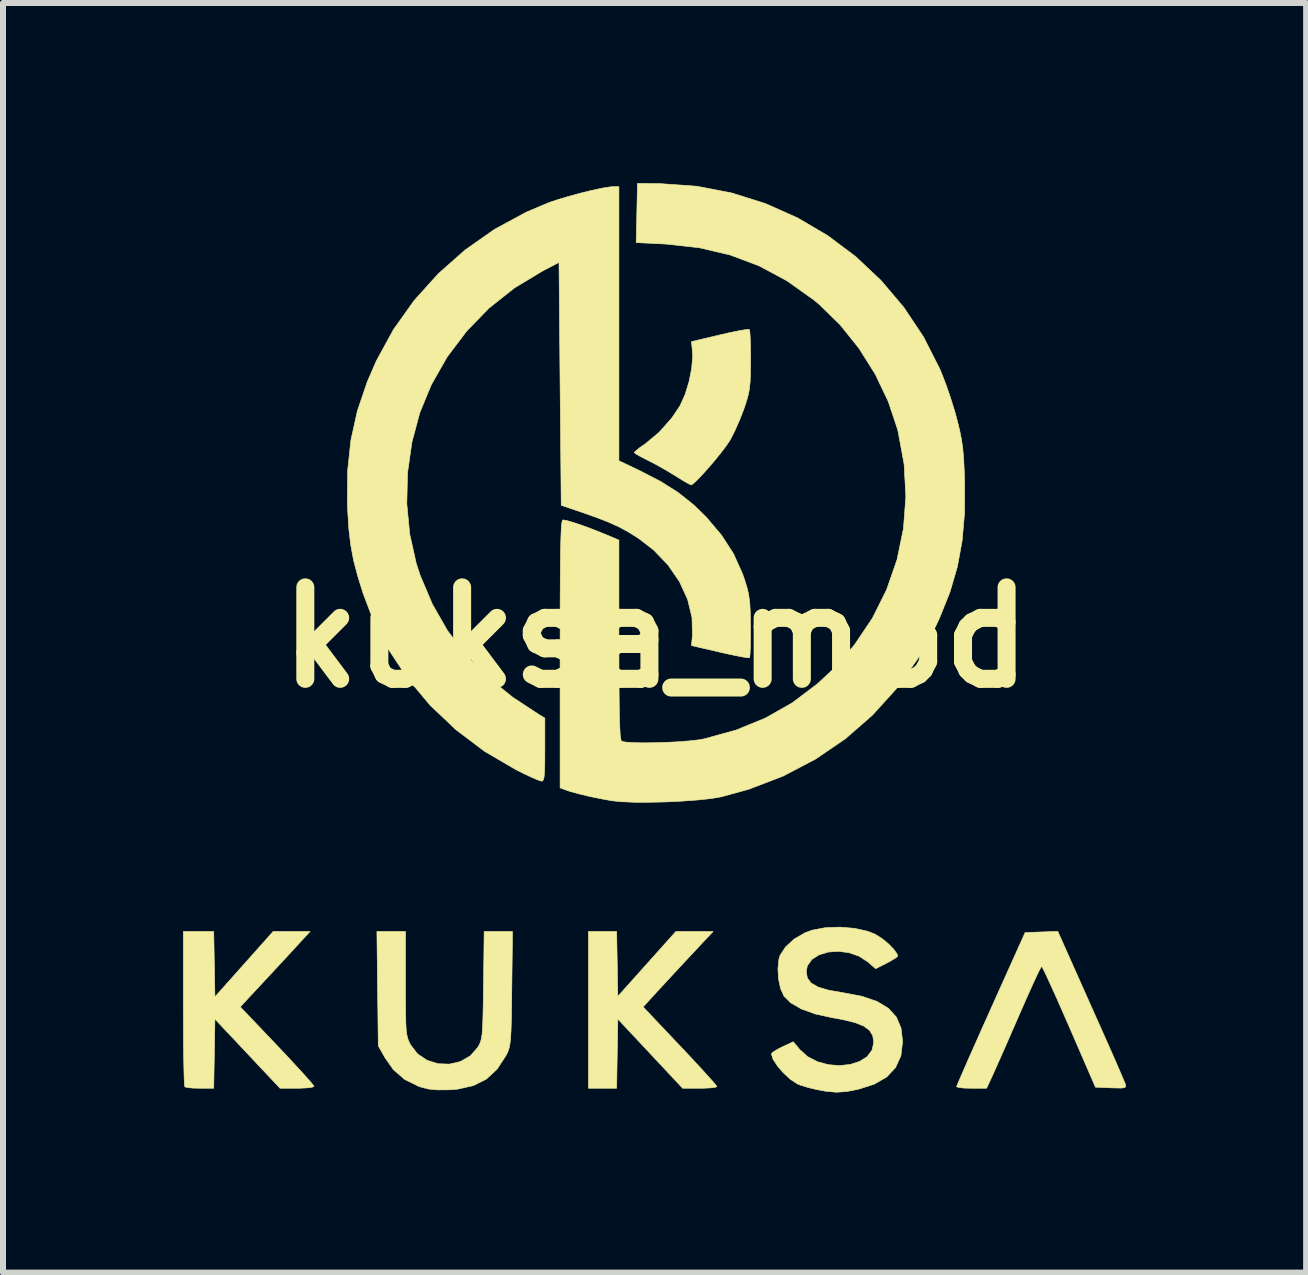
<source format=kicad_pcb>
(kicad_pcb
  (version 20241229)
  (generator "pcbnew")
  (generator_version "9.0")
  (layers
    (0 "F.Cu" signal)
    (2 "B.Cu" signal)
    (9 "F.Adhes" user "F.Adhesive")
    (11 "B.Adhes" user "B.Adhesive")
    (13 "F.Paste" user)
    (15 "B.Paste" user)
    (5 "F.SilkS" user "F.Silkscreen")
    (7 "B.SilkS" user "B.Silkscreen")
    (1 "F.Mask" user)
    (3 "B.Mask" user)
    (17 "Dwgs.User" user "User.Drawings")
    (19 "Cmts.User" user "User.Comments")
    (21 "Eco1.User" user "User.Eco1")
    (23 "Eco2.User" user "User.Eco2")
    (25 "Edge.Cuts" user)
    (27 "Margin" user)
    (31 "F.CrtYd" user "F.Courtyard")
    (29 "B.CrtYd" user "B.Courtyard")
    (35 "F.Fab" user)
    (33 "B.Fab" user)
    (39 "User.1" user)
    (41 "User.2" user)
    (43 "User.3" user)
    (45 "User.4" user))
  (footprint "kuksa_mod"
    (layer "F.Cu")
    (at 7.879 7.571)
    (property "Reference" "kuksa_mod" (at 0 0 0) (layer "F.SilkS") (effects (font (size 1.524 1.524) (thickness 0.3))))
    (attr through_hole)
    (fp_poly (pts (xy -0.645 5.44) (xy -0.635 5.98) (xy 0.332 4.899) (xy 0.952 4.899) (xy 0.553 5.325) (xy 0.4 5.489) (xy 0.248 5.653) (xy 0.111 5.802) (xy 0.003 5.918) (xy -0.029 5.954) (xy -0.214 6.156) (xy 0.401 6.806) (xy 0.571 6.986) (xy 0.722 7.149) (xy 0.849 7.288) (xy 0.945 7.395) (xy 1.002 7.463) (xy 1.016 7.483) (xy 0.983 7.496) (xy 0.894 7.506) (xy 0.767 7.511) (xy 0.73 7.511) (xy 0.445 7.511) (xy -0.635 6.357) (xy -0.645 6.934) (xy -0.655 7.511) (xy -1.125 7.511) (xy -1.125 4.899) (xy -0.655 4.899) (xy -0.645 5.44)) (stroke (width 0.01) (type solid)) (fill yes) (layer "F.SilkS"))
    (fp_poly (pts (xy -7.358 5.443) (xy -7.348 5.988) (xy -6.378 4.899) (xy -5.763 4.899) (xy -5.975 5.129) (xy -6.08 5.244) (xy -6.218 5.393) (xy -6.373 5.56) (xy -6.528 5.727) (xy -6.556 5.757) (xy -6.926 6.155) (xy -6.311 6.801) (xy -6.141 6.981) (xy -5.99 7.144) (xy -5.863 7.283) (xy -5.767 7.39) (xy -5.71 7.458) (xy -5.697 7.479) (xy -5.73 7.494) (xy -5.819 7.505) (xy -5.945 7.511) (xy -5.98 7.511) (xy -6.263 7.511) (xy -6.806 6.934) (xy -7.348 6.358) (xy -7.358 6.934) (xy -7.368 7.511) (xy -7.597 7.511) (xy -7.72 7.508) (xy -7.812 7.498) (xy -7.85 7.487) (xy -7.855 7.446) (xy -7.861 7.341) (xy -7.865 7.181) (xy -7.869 6.973) (xy -7.872 6.725) (xy -7.873 6.448) (xy -7.874 6.181) (xy -7.874 4.899) (xy -7.368 4.899) (xy -7.358 5.443)) (stroke (width 0.01) (type solid)) (fill yes) (layer "F.SilkS"))
    (fp_poly (pts (xy 1.557 -5.131) (xy 1.565 -5.089) (xy 1.571 -4.988) (xy 1.575 -4.843) (xy 1.577 -4.666) (xy 1.577 -4.614) (xy 1.575 -4.407) (xy 1.569 -4.253) (xy 1.556 -4.131) (xy 1.533 -4.021) (xy 1.498 -3.903) (xy 1.463 -3.801) (xy 1.396 -3.628) (xy 1.319 -3.453) (xy 1.246 -3.308) (xy 1.229 -3.279) (xy 1.166 -3.186) (xy 1.076 -3.069) (xy 0.971 -2.939) (xy 0.86 -2.81) (xy 0.755 -2.694) (xy 0.666 -2.603) (xy 0.605 -2.55) (xy 0.586 -2.541) (xy 0.546 -2.56) (xy 0.462 -2.608) (xy 0.349 -2.677) (xy 0.317 -2.698) (xy 0.162 -2.791) (xy -0.005 -2.885) (xy -0.145 -2.957) (xy -0.255 -3.013) (xy -0.333 -3.058) (xy -0.362 -3.082) (xy -0.334 -3.111) (xy -0.262 -3.168) (xy -0.178 -3.226) (xy 0.054 -3.419) (xy 0.266 -3.659) (xy 0.403 -3.864) (xy 0.485 -4.046) (xy 0.552 -4.263) (xy 0.596 -4.487) (xy 0.612 -4.689) (xy 0.609 -4.754) (xy 0.592 -4.929) (xy 1.064 -5.041) (xy 1.239 -5.081) (xy 1.388 -5.111) (xy 1.498 -5.129) (xy 1.553 -5.133) (xy 1.557 -5.131)) (stroke (width 0.01) (type solid)) (fill yes) (layer "F.SilkS"))
    (fp_poly (pts (xy 7.245 6.131) (xy 7.371 6.413) (xy 7.488 6.676) (xy 7.593 6.913) (xy 7.682 7.116) (xy 7.751 7.276) (xy 7.798 7.386) (xy 7.82 7.439) (xy 7.82 7.439) (xy 7.828 7.478) (xy 7.812 7.499) (xy 7.757 7.508) (xy 7.651 7.506) (xy 7.583 7.504) (xy 7.323 7.493) (xy 6.886 6.486) (xy 6.776 6.235) (xy 6.675 6.006) (xy 6.586 5.809) (xy 6.513 5.65) (xy 6.46 5.539) (xy 6.43 5.484) (xy 6.426 5.479) (xy 6.406 5.511) (xy 6.361 5.6) (xy 6.297 5.738) (xy 6.217 5.915) (xy 6.125 6.122) (xy 6.061 6.268) (xy 5.957 6.507) (xy 5.857 6.736) (xy 5.765 6.945) (xy 5.688 7.118) (xy 5.632 7.245) (xy 5.614 7.284) (xy 5.509 7.511) (xy 5.258 7.511) (xy 5.134 7.508) (xy 5.045 7.498) (xy 5.009 7.485) (xy 5.009 7.484) (xy 5.024 7.446) (xy 5.065 7.349) (xy 5.13 7.201) (xy 5.214 7.008) (xy 5.316 6.779) (xy 5.431 6.52) (xy 5.557 6.24) (xy 5.58 6.187) (xy 6.151 4.917) (xy 6.423 4.907) (xy 6.695 4.897) (xy 7.245 6.131)) (stroke (width 0.01) (type solid)) (fill yes) (layer "F.SilkS"))
    (fp_poly (pts (xy -4.173 5.764) (xy -4.173 6.037) (xy -4.171 6.249) (xy -4.168 6.408) (xy -4.162 6.525) (xy -4.152 6.611) (xy -4.138 6.675) (xy -4.118 6.729) (xy -4.092 6.781) (xy -4.089 6.787) (xy -3.971 6.94) (xy -3.814 7.045) (xy -3.632 7.102) (xy -3.442 7.109) (xy -3.258 7.066) (xy -3.094 6.972) (xy -2.97 6.832) (xy -2.944 6.787) (xy -2.923 6.74) (xy -2.908 6.683) (xy -2.896 6.606) (xy -2.888 6.497) (xy -2.883 6.349) (xy -2.878 6.151) (xy -2.875 5.893) (xy -2.873 5.797) (xy -2.862 4.899) (xy -2.39 4.899) (xy -2.402 5.851) (xy -2.405 6.14) (xy -2.409 6.365) (xy -2.414 6.538) (xy -2.421 6.666) (xy -2.431 6.761) (xy -2.444 6.832) (xy -2.461 6.888) (xy -2.484 6.938) (xy -2.499 6.967) (xy -2.647 7.193) (xy -2.825 7.358) (xy -3.043 7.467) (xy -3.306 7.526) (xy -3.447 7.537) (xy -3.642 7.538) (xy -3.794 7.523) (xy -3.931 7.487) (xy -3.948 7.481) (xy -4.186 7.365) (xy -4.376 7.199) (xy -4.514 7.002) (xy -4.626 6.804) (xy -4.649 4.899) (xy -4.173 4.899) (xy -4.173 5.764)) (stroke (width 0.01) (type solid)) (fill yes) (layer "F.SilkS"))
    (fp_poly (pts (xy 3.311 4.847) (xy 3.531 4.896) (xy 3.654 4.946) (xy 3.765 5.016) (xy 3.874 5.105) (xy 3.964 5.198) (xy 4.019 5.277) (xy 4.028 5.31) (xy 3.998 5.337) (xy 3.921 5.384) (xy 3.844 5.426) (xy 3.66 5.519) (xy 3.537 5.41) (xy 3.386 5.311) (xy 3.217 5.252) (xy 3.04 5.229) (xy 2.869 5.242) (xy 2.717 5.288) (xy 2.597 5.365) (xy 2.522 5.471) (xy 2.504 5.571) (xy 2.523 5.676) (xy 2.587 5.759) (xy 2.701 5.825) (xy 2.873 5.876) (xy 3.111 5.918) (xy 3.117 5.919) (xy 3.433 5.979) (xy 3.685 6.065) (xy 3.874 6.18) (xy 4.006 6.326) (xy 4.083 6.506) (xy 4.109 6.725) (xy 4.109 6.736) (xy 4.081 6.97) (xy 3.993 7.165) (xy 3.846 7.322) (xy 3.637 7.443) (xy 3.374 7.527) (xy 3.177 7.566) (xy 3.007 7.577) (xy 2.83 7.561) (xy 2.661 7.529) (xy 2.527 7.496) (xy 2.412 7.461) (xy 2.353 7.437) (xy 2.24 7.362) (xy 2.125 7.256) (xy 2.024 7.139) (xy 1.952 7.028) (xy 1.923 6.94) (xy 1.923 6.939) (xy 1.953 6.907) (xy 2.031 6.859) (xy 2.106 6.821) (xy 2.288 6.736) (xy 2.395 6.865) (xy 2.528 6.985) (xy 2.691 7.069) (xy 2.871 7.118) (xy 3.056 7.133) (xy 3.234 7.115) (xy 3.392 7.065) (xy 3.519 6.985) (xy 3.601 6.875) (xy 3.629 6.749) (xy 3.613 6.637) (xy 3.56 6.547) (xy 3.463 6.475) (xy 3.314 6.416) (xy 3.105 6.365) (xy 2.935 6.335) (xy 2.658 6.274) (xy 2.424 6.19) (xy 2.244 6.086) (xy 2.134 5.977) (xy 2.078 5.855) (xy 2.043 5.692) (xy 2.033 5.518) (xy 2.049 5.361) (xy 2.068 5.298) (xy 2.16 5.156) (xy 2.304 5.025) (xy 2.481 4.922) (xy 2.598 4.878) (xy 2.82 4.836) (xy 3.066 4.826) (xy 3.311 4.847)) (stroke (width 0.01) (type solid)) (fill yes) (layer "F.SilkS"))
    (fp_poly (pts (xy -0.617 -2.944) (xy -0.27 -2.779) (xy 0.075 -2.601) (xy 0.367 -2.417) (xy 0.625 -2.212) (xy 0.838 -2.005) (xy 1.094 -1.702) (xy 1.292 -1.395) (xy 1.442 -1.062) (xy 1.477 -0.962) (xy 1.517 -0.831) (xy 1.545 -0.714) (xy 1.562 -0.59) (xy 1.571 -0.44) (xy 1.575 -0.243) (xy 1.576 -0.175) (xy 1.575 0.007) (xy 1.573 0.161) (xy 1.568 0.275) (xy 1.562 0.334) (xy 1.56 0.338) (xy 1.52 0.337) (xy 1.423 0.321) (xy 1.283 0.293) (xy 1.112 0.256) (xy 1.067 0.245) (xy 0.592 0.135) (xy 0.608 -0.033) (xy 0.601 -0.332) (xy 0.528 -0.634) (xy 0.393 -0.928) (xy 0.203 -1.206) (xy -0.039 -1.458) (xy -0.287 -1.649) (xy -0.448 -1.751) (xy -0.605 -1.837) (xy -0.776 -1.915) (xy -0.979 -1.995) (xy -1.234 -2.085) (xy -1.578 -2.202) (xy -1.597 -4.225) (xy -1.615 -6.249) (xy -1.895 -6.103) (xy -2.357 -5.824) (xy -2.779 -5.49) (xy -3.153 -5.105) (xy -3.476 -4.678) (xy -3.741 -4.214) (xy -3.934 -3.747) (xy -4.066 -3.254) (xy -4.139 -2.743) (xy -4.151 -2.226) (xy -4.102 -1.718) (xy -3.993 -1.231) (xy -3.931 -1.041) (xy -3.726 -0.556) (xy -3.474 -0.115) (xy -3.17 0.287) (xy -2.809 0.655) (xy -2.387 0.996) (xy -1.95 1.284) (xy -1.851 1.344) (xy -1.851 1.87) (xy -1.852 2.079) (xy -1.856 2.226) (xy -1.863 2.32) (xy -1.876 2.373) (xy -1.895 2.393) (xy -1.904 2.395) (xy -1.956 2.379) (xy -2.058 2.336) (xy -2.193 2.273) (xy -2.335 2.202) (xy -2.853 1.899) (xy -3.33 1.539) (xy -3.761 1.131) (xy -4.141 0.677) (xy -4.465 0.185) (xy -4.729 -0.34) (xy -4.876 -0.726) (xy -4.969 -1.023) (xy -5.038 -1.286) (xy -5.085 -1.54) (xy -5.117 -1.808) (xy -5.136 -2.116) (xy -5.141 -2.232) (xy -5.137 -2.777) (xy -5.083 -3.285) (xy -4.975 -3.773) (xy -4.81 -4.259) (xy -4.659 -4.607) (xy -4.373 -5.13) (xy -4.027 -5.616) (xy -3.627 -6.06) (xy -3.18 -6.456) (xy -2.689 -6.8) (xy -2.161 -7.086) (xy -1.79 -7.243) (xy -1.639 -7.294) (xy -1.456 -7.349) (xy -1.26 -7.402) (xy -1.068 -7.449) (xy -0.897 -7.486) (xy -0.768 -7.507) (xy -0.717 -7.511) (xy -0.617 -7.511) (xy -0.617 -2.944)) (stroke (width 0.01) (type solid)) (fill yes) (layer "F.SilkS"))
    (fp_poly (pts (xy 0.091 -7.56) (xy 0.686 -7.517) (xy 1.266 -7.405) (xy 1.825 -7.229) (xy 2.359 -6.991) (xy 2.861 -6.696) (xy 3.328 -6.346) (xy 3.753 -5.945) (xy 4.132 -5.497) (xy 4.459 -5.006) (xy 4.729 -4.474) (xy 4.759 -4.403) (xy 4.833 -4.211) (xy 4.911 -3.984) (xy 4.982 -3.755) (xy 5.016 -3.63) (xy 5.059 -3.456) (xy 5.09 -3.303) (xy 5.112 -3.15) (xy 5.127 -2.979) (xy 5.137 -2.768) (xy 5.143 -2.592) (xy 5.142 -2.08) (xy 5.102 -1.614) (xy 5.022 -1.178) (xy 4.898 -0.755) (xy 4.726 -0.326) (xy 4.663 -0.191) (xy 4.364 0.352) (xy 4.011 0.848) (xy 3.607 1.294) (xy 3.156 1.688) (xy 2.66 2.026) (xy 2.122 2.308) (xy 1.547 2.529) (xy 1.093 2.654) (xy 0.926 2.683) (xy 0.705 2.707) (xy 0.449 2.726) (xy 0.174 2.74) (xy -0.099 2.746) (xy -0.354 2.746) (xy -0.573 2.737) (xy -0.73 2.721) (xy -0.914 2.688) (xy -1.109 2.648) (xy -1.291 2.604) (xy -1.438 2.563) (xy -1.497 2.543) (xy -1.597 2.506) (xy -1.597 0.273) (xy -1.596 -0.196) (xy -1.596 -0.597) (xy -1.594 -0.935) (xy -1.592 -1.215) (xy -1.589 -1.442) (xy -1.585 -1.621) (xy -1.58 -1.756) (xy -1.574 -1.853) (xy -1.567 -1.916) (xy -1.558 -1.95) (xy -1.548 -1.959) (xy -1.479 -1.946) (xy -1.36 -1.911) (xy -1.207 -1.859) (xy -1.036 -1.795) (xy -0.864 -1.726) (xy -0.844 -1.718) (xy -0.617 -1.622) (xy -0.617 0.04) (xy -0.616 0.453) (xy -0.615 0.798) (xy -0.612 1.081) (xy -0.609 1.305) (xy -0.603 1.477) (xy -0.597 1.6) (xy -0.588 1.68) (xy -0.578 1.721) (xy -0.572 1.729) (xy -0.51 1.743) (xy -0.389 1.752) (xy -0.226 1.756) (xy -0.035 1.754) (xy 0.169 1.748) (xy 0.372 1.738) (xy 0.558 1.723) (xy 0.714 1.706) (xy 0.798 1.691) (xy 1.335 1.543) (xy 1.824 1.343) (xy 2.274 1.087) (xy 2.691 0.772) (xy 2.941 0.54) (xy 3.304 0.128) (xy 3.605 -0.319) (xy 3.843 -0.795) (xy 4.017 -1.296) (xy 4.124 -1.815) (xy 4.164 -2.347) (xy 4.135 -2.887) (xy 4.035 -3.429) (xy 4.026 -3.467) (xy 3.871 -3.931) (xy 3.654 -4.386) (xy 3.384 -4.816) (xy 3.069 -5.209) (xy 2.719 -5.551) (xy 2.628 -5.626) (xy 2.183 -5.942) (xy 1.722 -6.19) (xy 1.238 -6.372) (xy 0.724 -6.493) (xy 0.173 -6.554) (xy 0.135 -6.556) (xy -0.329 -6.579) (xy -0.318 -7.072) (xy -0.308 -7.566) (xy 0.091 -7.56)) (stroke (width 0.01) (type solid)) (fill yes) (layer "F.SilkS")))
  (gr_rect
    (start -3 -3)
    (end 18.712 18.153)
    (stroke (width 0.1) (type default))
    (fill no)
    (layer "Edge.Cuts")))
</source>
